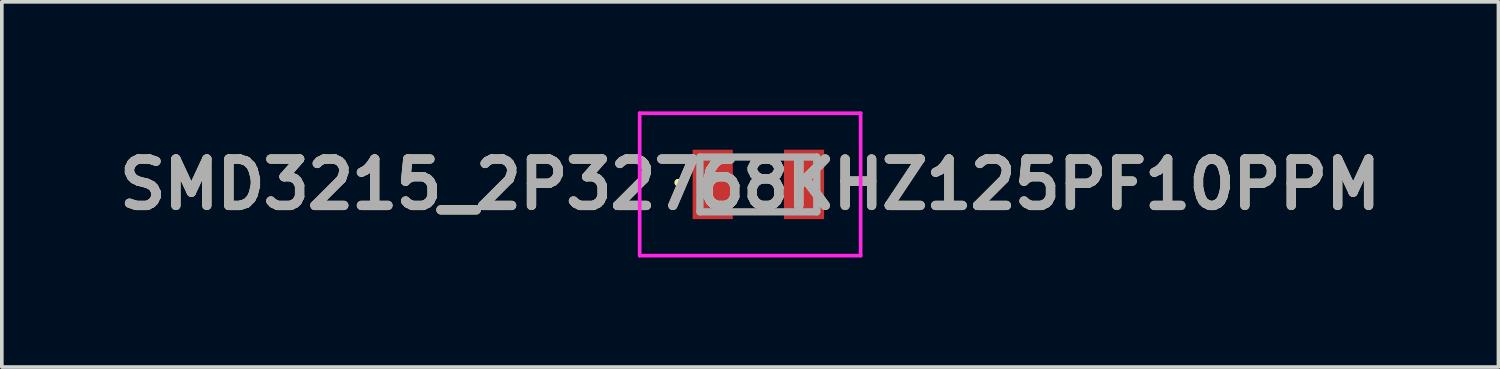
<source format=kicad_pcb>
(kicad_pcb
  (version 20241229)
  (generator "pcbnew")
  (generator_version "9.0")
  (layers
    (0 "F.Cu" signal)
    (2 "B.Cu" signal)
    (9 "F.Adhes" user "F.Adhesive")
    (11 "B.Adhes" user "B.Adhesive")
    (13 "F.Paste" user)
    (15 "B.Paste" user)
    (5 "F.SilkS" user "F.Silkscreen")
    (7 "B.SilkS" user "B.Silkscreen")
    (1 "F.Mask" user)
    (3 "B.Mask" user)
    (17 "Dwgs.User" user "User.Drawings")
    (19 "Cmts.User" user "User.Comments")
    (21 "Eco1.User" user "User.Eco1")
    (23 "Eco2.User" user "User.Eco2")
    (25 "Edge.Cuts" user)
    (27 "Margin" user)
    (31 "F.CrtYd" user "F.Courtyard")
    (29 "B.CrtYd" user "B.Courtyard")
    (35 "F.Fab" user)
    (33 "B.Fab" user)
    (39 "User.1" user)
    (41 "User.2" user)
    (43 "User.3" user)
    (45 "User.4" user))
  (footprint "SMD3215_2P32768KHZ125PF10PPM"
    (layer "F.Cu")
    (at 17.715 2)
    (property "Reference" "SMD3215_2P32768KHZ125PF10PPM" (at -0.225 0 0) (layer "F.SilkS") (effects (font (size 1.27 1.27) (thickness 0.254))))
    (attr smd)
    (fp_line (start -2.2 -0.1) (end -2.2 -0.1) (stroke (width 0.1) (type solid)) (layer "F.SilkS"))
    (fp_line (start -2.2 0) (end -2.2 0) (stroke (width 0.1) (type solid)) (layer "F.SilkS"))
    (fp_line (start -0.4 -0.75) (end 0.4 -0.75) (stroke (width 0.1) (type solid)) (layer "F.SilkS"))
    (fp_line (start -0.4 0.75) (end 0.4 0.75) (stroke (width 0.1) (type solid)) (layer "F.SilkS"))
    (fp_arc (start -2.2 -0.1) (mid -2.15 -0.05) (end -2.2 0) (stroke (width 0.1) (type solid)) (layer "F.SilkS"))
    (fp_arc (start -2.2 0) (mid -2.25 -0.05) (end -2.2 -0.1) (stroke (width 0.1) (type solid)) (layer "F.SilkS"))
    (fp_line (start -3.25 -1.95) (end 2.8 -1.95) (stroke (width 0.1) (type solid)) (layer "F.CrtYd"))
    (fp_line (start -3.25 1.95) (end -3.25 -1.95) (stroke (width 0.1) (type solid)) (layer "F.CrtYd"))
    (fp_line (start 2.8 -1.95) (end 2.8 1.95) (stroke (width 0.1) (type solid)) (layer "F.CrtYd"))
    (fp_line (start 2.8 1.95) (end -3.25 1.95) (stroke (width 0.1) (type solid)) (layer "F.CrtYd"))
    (fp_line (start -1.6 -0.75) (end 1.6 -0.75) (stroke (width 0.2) (type solid)) (layer "F.Fab"))
    (fp_line (start -1.6 0.75) (end -1.6 -0.75) (stroke (width 0.2) (type solid)) (layer "F.Fab"))
    (fp_line (start 1.6 -0.75) (end 1.6 0.75) (stroke (width 0.2) (type solid)) (layer "F.Fab"))
    (fp_line (start 1.6 0.75) (end -1.6 0.75) (stroke (width 0.2) (type solid)) (layer "F.Fab"))
    (fp_text user "${REFERENCE}" (at -0.225 0 0) (layer "F.Fab") (effects (font (size 1.27 1.27) (thickness 0.254))))
    (pad "1" smd rect (at -1.25 0) (size 1.1 1.9) (layers "F.Cu" "F.Mask" "F.Paste"))
    (pad "2" smd rect (at 1.25 0) (size 1.1 1.9) (layers "F.Cu" "F.Mask" "F.Paste")))
  (gr_rect
    (start -3 -3)
    (end 37.979 7)
    (stroke (width 0.1) (type default))
    (fill no)
    (layer "Edge.Cuts")))
</source>
